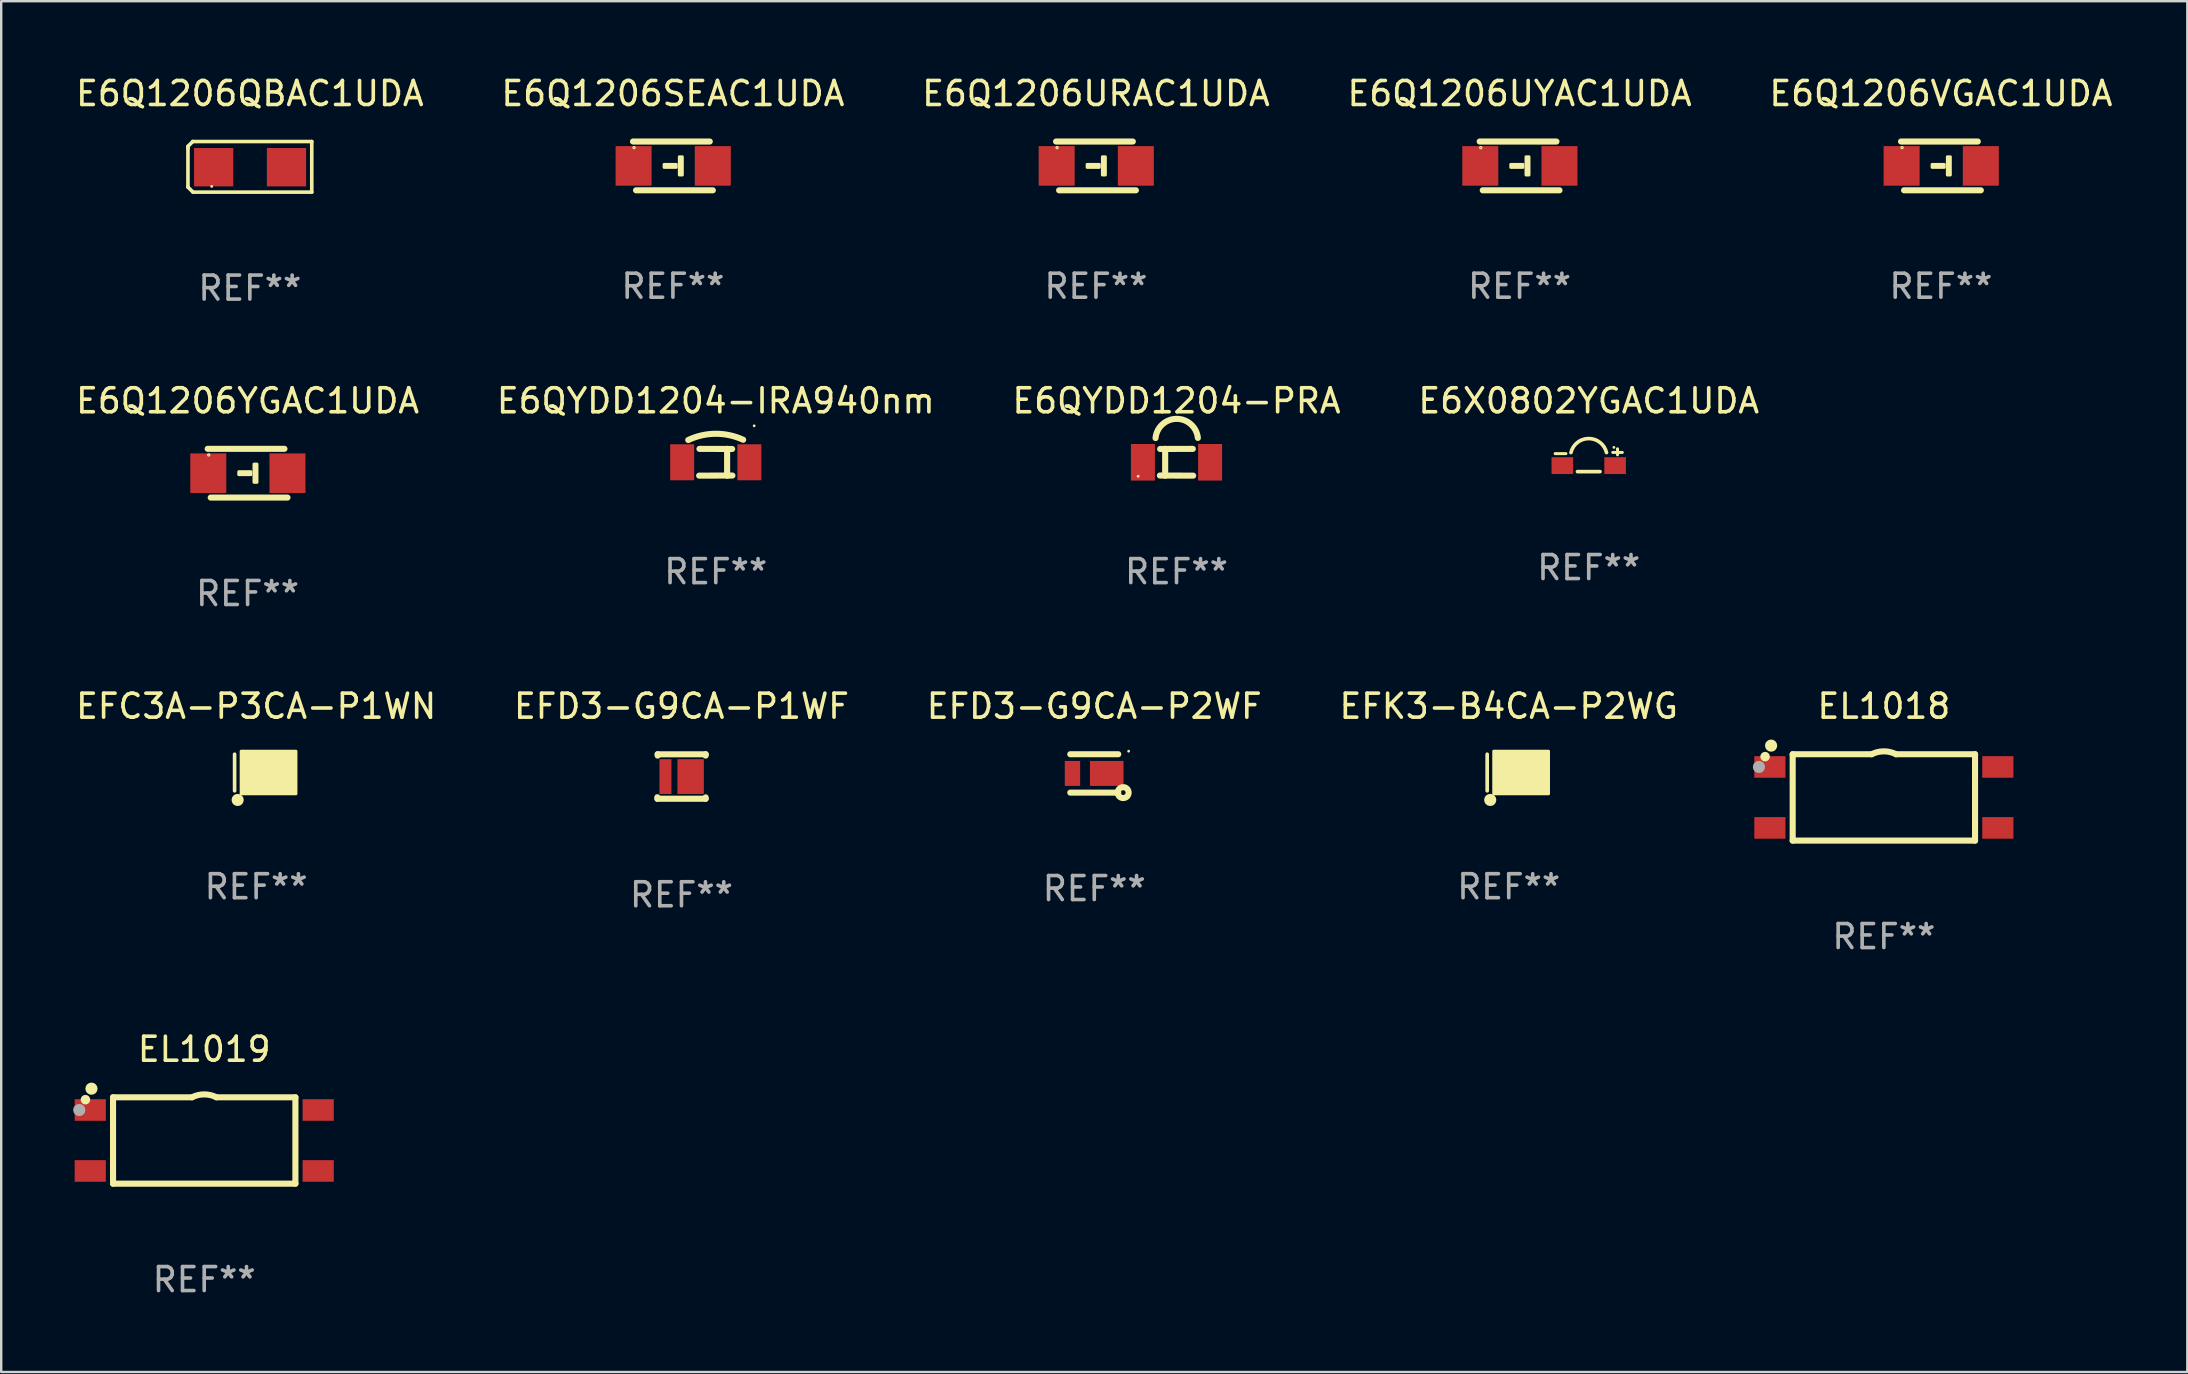
<source format=kicad_pcb>
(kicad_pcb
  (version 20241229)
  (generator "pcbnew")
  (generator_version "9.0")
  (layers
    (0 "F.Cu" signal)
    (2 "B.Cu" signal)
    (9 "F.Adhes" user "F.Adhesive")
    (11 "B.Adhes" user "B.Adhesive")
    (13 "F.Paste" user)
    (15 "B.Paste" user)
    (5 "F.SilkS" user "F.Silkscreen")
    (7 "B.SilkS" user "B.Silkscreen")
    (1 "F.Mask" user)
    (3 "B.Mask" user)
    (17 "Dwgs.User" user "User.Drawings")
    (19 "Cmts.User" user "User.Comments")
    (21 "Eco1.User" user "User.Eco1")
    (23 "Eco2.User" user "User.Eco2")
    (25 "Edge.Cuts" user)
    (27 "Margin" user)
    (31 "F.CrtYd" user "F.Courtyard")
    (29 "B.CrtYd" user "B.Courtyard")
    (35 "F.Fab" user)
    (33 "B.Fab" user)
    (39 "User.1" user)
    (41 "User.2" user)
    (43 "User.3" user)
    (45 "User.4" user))
  (footprint "E6Q1206QBAC1UDA"
    (layer "F.Cu")
    (at 7.363 3.903)
    (property "Reference" "E6Q1206QBAC1UDA" (at 0 -3.055 0) (layer "F.SilkS") (effects (font (size 1 1) (thickness 0.15))))
    (attr through_hole)
    (fp_line (start -2.58 -0.855) (end -2.38 -1.055) (stroke (width 0.15) (type solid)) (layer "F.SilkS"))
    (fp_line (start -2.58 -0.775) (end -2.58 -0.855) (stroke (width 0.15) (type solid)) (layer "F.SilkS"))
    (fp_line (start -2.58 -0.775) (end -2.58 0.845) (stroke (width 0.15) (type solid)) (layer "F.SilkS"))
    (fp_line (start -2.58 0.845) (end -2.37 1.055) (stroke (width 0.15) (type solid)) (layer "F.SilkS"))
    (fp_line (start -2.38 -1.055) (end 2.58 -1.055) (stroke (width 0.15) (type solid)) (layer "F.SilkS"))
    (fp_line (start 2.58 -1.055) (end 2.58 1.055) (stroke (width 0.15) (type solid)) (layer "F.SilkS"))
    (fp_line (start 2.58 1.055) (end -2.37 1.055) (stroke (width 0.15) (type solid)) (layer "F.SilkS"))
    (fp_circle (center -1.59 0.815) (end -1.56 0.815) (stroke (width 0.06) (type solid)) (fill no) (layer "F.SilkS"))
    (fp_text user "REF**" (at 0 5.055 0) (layer "F.Fab") (effects (font (size 1 1) (thickness 0.15))))
    (pad "1" smd rect (at -1.508 0.015) (size 1.635 1.6) (layers "F.Cu" "F.Mask" "F.Paste"))
    (pad "2" smd rect (at 1.527 0.015) (size 1.635 1.6) (layers "F.Cu" "F.Mask" "F.Paste")))
  (footprint "E6Q1206SEAC1UDA"
    (layer "F.Cu")
    (at 24.994 3.864)
    (property "Reference" "E6Q1206SEAC1UDA" (at 0 -3.016 0) (layer "F.SilkS") (effects (font (size 1 1) (thickness 0.15))))
    (attr through_hole)
    (fp_line (start 1.536 -1.016) (end -1.663 -1.016) (stroke (width 0.254) (type solid)) (layer "F.SilkS"))
    (fp_line (start 1.663 1.016) (end -1.536 1.016) (stroke (width 0.254) (type solid)) (layer "F.SilkS"))
    (fp_circle (center -1.62 -0.762) (end -1.6 -0.762) (stroke (width 0.05) (type solid)) (fill no) (layer "F.SilkS"))
    (fp_poly (pts (xy -0.369 -0.064) (xy 0.139 -0.064) (xy 0.139 0.063) (xy -0.369 0.063)) (stroke (width 0.12) (type solid)) (fill yes) (layer "F.SilkS"))
    (fp_poly (pts (xy 0.266 -0.381) (xy 0.393 -0.381) (xy 0.393 0.381) (xy 0.266 0.381)) (stroke (width 0.12) (type solid)) (fill yes) (layer "F.SilkS"))
    (fp_text user "REF**" (at 0 5.016 0) (layer "F.Fab") (effects (font (size 1 1) (thickness 0.15))))
    (pad "1" smd rect (at -1.638 -0.000051 180) (size 1.5 1.65) (layers "F.Cu" "F.Mask" "F.Paste"))
    (pad "2" smd rect (at 1.662 -0.000051 180) (size 1.5 1.65) (layers "F.Cu" "F.Mask" "F.Paste")))
  (footprint "E6QYDD1204-PRA"
    (layer "F.Cu")
    (at 45.982 16.215)
    (property "Reference" "E6QYDD1204-PRA" (at 0 -2.56 0) (layer "F.SilkS") (effects (font (size 1 1) (thickness 0.15))))
    (attr through_hole)
    (fp_line (start -0.694 0.553) (end 0.694 0.558) (stroke (width 0.254) (type solid)) (layer "F.SilkS"))
    (fp_line (start -0.473 0.56) (end -0.473 -0.56) (stroke (width 0.254) (type solid)) (layer "F.SilkS"))
    (fp_line (start 0.68 -0.558) (end -0.683 -0.554) (stroke (width 0.254) (type solid)) (layer "F.SilkS"))
    (fp_arc (start -0.87432 -1.008535) (mid 0.004366 -1.809159) (end 0.889002 -1.015113) (stroke (width 0.254001) (type solid)) (layer "F.SilkS"))
    (fp_circle (center -1.6 0.582) (end -1.57 0.582) (stroke (width 0.06) (type solid)) (fill no) (layer "F.SilkS"))
    (fp_text user "REF**" (at 0 4.56 0) (layer "F.Fab") (effects (font (size 1 1) (thickness 0.15))))
    (pad "1" smd rect (at -1.4 0.001) (size 1 1.524) (layers "F.Cu" "F.Mask" "F.Paste"))
    (pad "2" smd rect (at 1.4 0.001) (size 1 1.524) (layers "F.Cu" "F.Mask" "F.Paste")))
  (footprint "E6Q1206UYAC1UDA"
    (layer "F.Cu")
    (at 60.28 3.864)
    (property "Reference" "E6Q1206UYAC1UDA" (at 0 -3.016 0) (layer "F.SilkS") (effects (font (size 1 1) (thickness 0.15))))
    (attr through_hole)
    (fp_line (start 1.536 -1.016) (end -1.663 -1.016) (stroke (width 0.254) (type solid)) (layer "F.SilkS"))
    (fp_line (start 1.663 1.016) (end -1.536 1.016) (stroke (width 0.254) (type solid)) (layer "F.SilkS"))
    (fp_circle (center -1.62 -0.762) (end -1.6 -0.762) (stroke (width 0.05) (type solid)) (fill no) (layer "F.SilkS"))
    (fp_poly (pts (xy -0.369 -0.064) (xy 0.139 -0.064) (xy 0.139 0.063) (xy -0.369 0.063)) (stroke (width 0.12) (type solid)) (fill yes) (layer "F.SilkS"))
    (fp_poly (pts (xy 0.266 -0.381) (xy 0.393 -0.381) (xy 0.393 0.381) (xy 0.266 0.381)) (stroke (width 0.12) (type solid)) (fill yes) (layer "F.SilkS"))
    (fp_text user "REF**" (at 0 5.016 0) (layer "F.Fab") (effects (font (size 1 1) (thickness 0.15))))
    (pad "1" smd rect (at -1.638 -0.000051 180) (size 1.5 1.65) (layers "F.Cu" "F.Mask" "F.Paste"))
    (pad "2" smd rect (at 1.662 -0.000051 180) (size 1.5 1.65) (layers "F.Cu" "F.Mask" "F.Paste")))
  (footprint "EFD3-G9CA-P1WF"
    (layer "F.Cu")
    (at 25.351 29.313)
    (property "Reference" "EFD3-G9CA-P1WF" (at 0 -2.93 0) (layer "F.SilkS") (effects (font (size 1 1) (thickness 0.15))))
    (attr through_hole)
    (fp_line (start -1.007 0.863) (end -1.007 0.93) (stroke (width 0.254) (type solid)) (layer "F.SilkS"))
    (fp_line (start -0.993 -0.93) (end -0.993 -0.874) (stroke (width 0.254) (type solid)) (layer "F.SilkS"))
    (fp_line (start -0.993 -0.928) (end 1.007 -0.928) (stroke (width 0.254) (type solid)) (layer "F.SilkS"))
    (fp_line (start -0.993 0.925) (end 1.007 0.925) (stroke (width 0.254) (type solid)) (layer "F.SilkS"))
    (fp_line (start 1.007 -0.93) (end 1.007 -0.874) (stroke (width 0.254) (type solid)) (layer "F.SilkS"))
    (fp_line (start 1.007 0.869) (end 1.007 0.925) (stroke (width 0.254) (type solid)) (layer "F.SilkS"))
    (fp_circle (center -0.998 0.821) (end -0.968 0.821) (stroke (width 0.06) (type solid)) (fill no) (layer "F.SilkS"))
    (fp_text user "REF**" (at 0 4.93 0) (layer "F.Fab") (effects (font (size 1 1) (thickness 0.15))))
    (pad "1" smd rect (at -0.668 0.001) (size 0.5 1.45) (layers "F.Cu" "F.Mask" "F.Paste"))
    (pad "2" smd rect (at 0.382 0.001) (size 1.1 1.45) (layers "F.Cu" "F.Mask" "F.Paste")))
  (footprint "E6X0802YGAC1UDA"
    (layer "F.Cu")
    (at 63.161 16.13)
    (property "Reference" "E6X0802YGAC1UDA" (at 0 -2.475 0) (layer "F.SilkS") (effects (font (size 1 1) (thickness 0.15))))
    (attr through_hole)
    (fp_line (start -1.4 -0.275) (end -0.95 -0.275) (stroke (width 0.125) (type solid)) (layer "F.SilkS"))
    (fp_line (start -0.47 0.475) (end 0.47 0.475) (stroke (width 0.152) (type solid)) (layer "F.SilkS"))
    (fp_line (start 1 -0.325) (end 1.4 -0.325) (stroke (width 0.125) (type solid)) (layer "F.SilkS"))
    (fp_line (start 1.2 -0.475) (end 1.2 -0.225) (stroke (width 0.125) (type solid)) (layer "F.SilkS"))
    (fp_arc (start -0.74125 -0.318618) (mid 0.000025 -0.902982) (end 0.7413 -0.318618) (stroke (width 0.151994) (type solid)) (layer "F.SilkS"))
    (fp_circle (center 1.05 -0.535) (end 1.08 -0.535) (stroke (width 0.06) (type solid)) (fill no) (layer "F.SilkS"))
    (fp_text user "REF**" (at 0 4.475 0) (layer "F.Fab") (effects (font (size 1 1) (thickness 0.15))))
    (pad "1" smd rect (at 1.1 0.225) (size 0.9 0.7) (layers "F.Cu" "F.Mask" "F.Paste"))
    (pad "2" smd rect (at -1.1 0.225) (size 0.9 0.7) (layers "F.Cu" "F.Mask" "F.Paste")))
  (footprint "E6Q1206URAC1UDA"
    (layer "F.Cu")
    (at 42.625 3.864)
    (property "Reference" "E6Q1206URAC1UDA" (at 0 -3.016 0) (layer "F.SilkS") (effects (font (size 1 1) (thickness 0.15))))
    (attr through_hole)
    (fp_line (start 1.536 -1.016) (end -1.663 -1.016) (stroke (width 0.254) (type solid)) (layer "F.SilkS"))
    (fp_line (start 1.663 1.016) (end -1.536 1.016) (stroke (width 0.254) (type solid)) (layer "F.SilkS"))
    (fp_circle (center -1.62 -0.762) (end -1.6 -0.762) (stroke (width 0.05) (type solid)) (fill no) (layer "F.SilkS"))
    (fp_poly (pts (xy -0.369 -0.064) (xy 0.139 -0.064) (xy 0.139 0.063) (xy -0.369 0.063)) (stroke (width 0.12) (type solid)) (fill yes) (layer "F.SilkS"))
    (fp_poly (pts (xy 0.266 -0.381) (xy 0.393 -0.381) (xy 0.393 0.381) (xy 0.266 0.381)) (stroke (width 0.12) (type solid)) (fill yes) (layer "F.SilkS"))
    (fp_text user "REF**" (at 0 5.016 0) (layer "F.Fab") (effects (font (size 1 1) (thickness 0.15))))
    (pad "1" smd rect (at -1.638 -0.000051 180) (size 1.5 1.65) (layers "F.Cu" "F.Mask" "F.Paste"))
    (pad "2" smd rect (at 1.662 -0.000051 180) (size 1.5 1.65) (layers "F.Cu" "F.Mask" "F.Paste")))
  (footprint "EL1019"
    (layer "F.Cu")
    (at 5.461 44.48)
    (property "Reference" "EL1019" (at 0 -3.8 0) (layer "F.SilkS") (effects (font (size 1 1) (thickness 0.15))))
    (attr through_hole)
    (fp_line (start -3.8 -1.8) (end -3.8 1.8) (stroke (width 0.254) (type solid)) (layer "F.SilkS"))
    (fp_line (start -3.8 -1.8) (end -0.508 -1.8) (stroke (width 0.254) (type solid)) (layer "F.SilkS"))
    (fp_line (start 3.8 -1.8) (end 0.508 -1.8) (stroke (width 0.254) (type solid)) (layer "F.SilkS"))
    (fp_line (start 3.8 -1.8) (end 3.8 1.8) (stroke (width 0.254) (type solid)) (layer "F.SilkS"))
    (fp_line (start 3.8 1.8) (end -3.8 1.8) (stroke (width 0.254) (type solid)) (layer "F.SilkS"))
    (fp_arc (start -0.507976 -1.8) (mid -0.00023 -1.920456) (end 0.507721 -1.800864) (stroke (width 0.254001) (type solid)) (layer "F.SilkS"))
    (fp_circle (center -4.95 -1.7) (end -4.85 -1.7) (stroke (width 0.2) (type solid)) (fill no) (layer "F.SilkS"))
    (fp_circle (center -4.699 -2.159) (end -4.572 -2.159) (stroke (width 0.254) (type solid)) (fill no) (layer "F.SilkS"))
    (fp_circle (center -5.207 -1.27) (end -5.08 -1.27) (stroke (width 0.254) (type solid)) (fill no) (layer "F.Fab"))
    (fp_text user "REF**" (at 0 5.8 0) (layer "F.Fab") (effects (font (size 1 1) (thickness 0.15))))
    (pad "1" smd rect (at -4.75 -1.27 270) (size 0.9 1.3) (layers "F.Cu" "F.Mask" "F.Paste"))
    (pad "2" smd rect (at -4.75 1.27 270) (size 0.9 1.3) (layers "F.Cu" "F.Mask" "F.Paste"))
    (pad "3" smd rect (at 4.75 1.27 270) (size 0.9 1.3) (layers "F.Cu" "F.Mask" "F.Paste"))
    (pad "4" smd rect (at 4.75 -1.27 270) (size 0.9 1.3) (layers "F.Cu" "F.Mask" "F.Paste")))
  (footprint "EFK3-B4CA-P2WG"
    (layer "F.Cu")
    (at 59.827 29.145)
    (property "Reference" "EFK3-B4CA-P2WG" (at 0 -2.762 0) (layer "F.SilkS") (effects (font (size 1 1) (thickness 0.15))))
    (attr through_hole)
    (fp_line (start -0.898 -0.762) (end -0.898 0.762) (stroke (width 0.152) (type solid)) (layer "F.SilkS"))
    (fp_circle (center -0.771 1.143) (end -0.644 1.143) (stroke (width 0.254) (type solid)) (fill no) (layer "F.SilkS"))
    (fp_circle (center -0.503 0.82) (end -0.473 0.82) (stroke (width 0.06) (type solid)) (fill no) (layer "F.SilkS"))
    (fp_poly (pts (xy -0.626 -0.889) (xy 1.66 -0.889) (xy 1.66 0.889) (xy -0.626 0.889)) (stroke (width 0.12) (type solid)) (fill yes) (layer "F.SilkS"))
    (fp_text user "REF**" (at 0 4.762 0) (layer "F.Fab") (effects (font (size 1 1) (thickness 0.15))))
    (pad "1" smd rect (at -0.153 0) (size 0.525 1.5) (layers "F.Cu" "F.Mask" "F.Paste"))
    (pad "2" smd rect (at 0.898 0) (size 1.15 1.5) (layers "F.Cu" "F.Mask" "F.Paste")))
  (footprint "E6QYDD1204-IRA940nm"
    (layer "F.Cu")
    (at 26.78 16.215)
    (property "Reference" "E6QYDD1204-IRA940nm" (at 0 -2.56 0) (layer "F.SilkS") (effects (font (size 1 1) (thickness 0.15))))
    (attr through_hole)
    (fp_line (start -0.68 -0.558) (end 0.683 -0.554) (stroke (width 0.254) (type solid)) (layer "F.SilkS"))
    (fp_line (start 0.473 0.56) (end 0.473 -0.56) (stroke (width 0.254) (type solid)) (layer "F.SilkS"))
    (fp_line (start 0.694 0.553) (end -0.694 0.558) (stroke (width 0.254) (type solid)) (layer "F.SilkS"))
    (fp_arc (start -1.147396 -0.927305) (mid -0.003975 -1.187152) (end 1.141708 -0.937465) (stroke (width 0.254001) (type solid)) (layer "F.SilkS"))
    (fp_circle (center 1.6 -1.519) (end 1.63 -1.519) (stroke (width 0.06) (type solid)) (fill no) (layer "F.SilkS"))
    (fp_text user "REF**" (at 0 4.56 0) (layer "F.Fab") (effects (font (size 1 1) (thickness 0.15))))
    (pad "1" smd rect (at 1.4 0.001) (size 1 1.5) (layers "F.Cu" "F.Mask" "F.Paste"))
    (pad "2" smd rect (at -1.4 0.001) (size 1 1.5) (layers "F.Cu" "F.Mask" "F.Paste")))
  (footprint "E6Q1206YGAC1UDA"
    (layer "F.Cu")
    (at 7.268 16.671)
    (property "Reference" "E6Q1206YGAC1UDA" (at 0 -3.016 0) (layer "F.SilkS") (effects (font (size 1 1) (thickness 0.15))))
    (attr through_hole)
    (fp_line (start 1.536 -1.016) (end -1.663 -1.016) (stroke (width 0.254) (type solid)) (layer "F.SilkS"))
    (fp_line (start 1.663 1.016) (end -1.536 1.016) (stroke (width 0.254) (type solid)) (layer "F.SilkS"))
    (fp_circle (center -1.62 -0.762) (end -1.6 -0.762) (stroke (width 0.05) (type solid)) (fill no) (layer "F.SilkS"))
    (fp_poly (pts (xy -0.369 -0.064) (xy 0.139 -0.064) (xy 0.139 0.063) (xy -0.369 0.063)) (stroke (width 0.12) (type solid)) (fill yes) (layer "F.SilkS"))
    (fp_poly (pts (xy 0.266 -0.381) (xy 0.393 -0.381) (xy 0.393 0.381) (xy 0.266 0.381)) (stroke (width 0.12) (type solid)) (fill yes) (layer "F.SilkS"))
    (fp_text user "REF**" (at 0 5.016 0) (layer "F.Fab") (effects (font (size 1 1) (thickness 0.15))))
    (pad "1" smd rect (at -1.638 -0.000051 180) (size 1.5 1.65) (layers "F.Cu" "F.Mask" "F.Paste"))
    (pad "2" smd rect (at 1.662 -0.000051 180) (size 1.5 1.65) (layers "F.Cu" "F.Mask" "F.Paste")))
  (footprint "EL1018"
    (layer "F.Cu")
    (at 75.461 30.183)
    (property "Reference" "EL1018" (at 0 -3.8 0) (layer "F.SilkS") (effects (font (size 1 1) (thickness 0.15))))
    (attr through_hole)
    (fp_line (start -3.8 -1.8) (end -3.8 1.8) (stroke (width 0.254) (type solid)) (layer "F.SilkS"))
    (fp_line (start -3.8 -1.8) (end -0.508 -1.8) (stroke (width 0.254) (type solid)) (layer "F.SilkS"))
    (fp_line (start 3.8 -1.8) (end 0.508 -1.8) (stroke (width 0.254) (type solid)) (layer "F.SilkS"))
    (fp_line (start 3.8 -1.8) (end 3.8 1.8) (stroke (width 0.254) (type solid)) (layer "F.SilkS"))
    (fp_line (start 3.8 1.8) (end -3.8 1.8) (stroke (width 0.254) (type solid)) (layer "F.SilkS"))
    (fp_arc (start -0.507976 -1.8) (mid -0.00023 -1.920456) (end 0.507721 -1.800864) (stroke (width 0.254001) (type solid)) (layer "F.SilkS"))
    (fp_circle (center -4.95 -1.7) (end -4.85 -1.7) (stroke (width 0.2) (type solid)) (fill no) (layer "F.SilkS"))
    (fp_circle (center -4.699 -2.159) (end -4.572 -2.159) (stroke (width 0.254) (type solid)) (fill no) (layer "F.SilkS"))
    (fp_circle (center -5.207 -1.27) (end -5.08 -1.27) (stroke (width 0.254) (type solid)) (fill no) (layer "F.Fab"))
    (fp_text user "REF**" (at 0 5.8 0) (layer "F.Fab") (effects (font (size 1 1) (thickness 0.15))))
    (pad "1" smd rect (at -4.75 -1.27 270) (size 0.9 1.3) (layers "F.Cu" "F.Mask" "F.Paste"))
    (pad "2" smd rect (at -4.75 1.27 270) (size 0.9 1.3) (layers "F.Cu" "F.Mask" "F.Paste"))
    (pad "3" smd rect (at 4.75 1.27 270) (size 0.9 1.3) (layers "F.Cu" "F.Mask" "F.Paste"))
    (pad "4" smd rect (at 4.75 -1.27 270) (size 0.9 1.3) (layers "F.Cu" "F.Mask" "F.Paste")))
  (footprint "E6Q1206VGAC1UDA"
    (layer "F.Cu")
    (at 77.839 3.864)
    (property "Reference" "E6Q1206VGAC1UDA" (at 0 -3.016 0) (layer "F.SilkS") (effects (font (size 1 1) (thickness 0.15))))
    (attr through_hole)
    (fp_line (start 1.536 -1.016) (end -1.663 -1.016) (stroke (width 0.254) (type solid)) (layer "F.SilkS"))
    (fp_line (start 1.663 1.016) (end -1.536 1.016) (stroke (width 0.254) (type solid)) (layer "F.SilkS"))
    (fp_circle (center -1.62 -0.762) (end -1.6 -0.762) (stroke (width 0.05) (type solid)) (fill no) (layer "F.SilkS"))
    (fp_poly (pts (xy -0.369 -0.064) (xy 0.139 -0.064) (xy 0.139 0.063) (xy -0.369 0.063)) (stroke (width 0.12) (type solid)) (fill yes) (layer "F.SilkS"))
    (fp_poly (pts (xy 0.266 -0.381) (xy 0.393 -0.381) (xy 0.393 0.381) (xy 0.266 0.381)) (stroke (width 0.12) (type solid)) (fill yes) (layer "F.SilkS"))
    (fp_text user "REF**" (at 0 5.016 0) (layer "F.Fab") (effects (font (size 1 1) (thickness 0.15))))
    (pad "1" smd rect (at -1.638 -0.000051 180) (size 1.5 1.65) (layers "F.Cu" "F.Mask" "F.Paste"))
    (pad "2" smd rect (at 1.662 -0.000051 180) (size 1.5 1.65) (layers "F.Cu" "F.Mask" "F.Paste")))
  (footprint "EFD3-G9CA-P2WF"
    (layer "F.Cu")
    (at 42.554 29.183)
    (property "Reference" "EFD3-G9CA-P2WF" (at 0 -2.8 0) (layer "F.SilkS") (effects (font (size 1 1) (thickness 0.15))))
    (attr through_hole)
    (fp_line (start -1 -0.8) (end 1 -0.8) (stroke (width 0.254) (type solid)) (layer "F.SilkS"))
    (fp_line (start 1 0.8) (end -1 0.8) (stroke (width 0.254) (type solid)) (layer "F.SilkS"))
    (fp_circle (center 1.206 0.8) (end 1.306 0.8) (stroke (width 0.254) (type solid)) (fill no) (layer "F.SilkS"))
    (fp_circle (center 1.433 -0.927) (end 1.463 -0.927) (stroke (width 0.06) (type solid)) (fill no) (layer "F.SilkS"))
    (fp_text user "REF**" (at 0 4.8 0) (layer "F.Fab") (effects (font (size 1 1) (thickness 0.15))))
    (pad "1" smd rect (at 0.52 -0.000025) (size 1.4 1.04) (layers "F.Cu" "F.Mask" "F.Paste"))
    (pad "2" smd rect (at -0.908 -0.000025) (size 0.64 1.04) (layers "F.Cu" "F.Mask" "F.Paste")))
  (footprint "EFC3A-P3CA-P1WN"
    (layer "F.Cu")
    (at 7.625 29.145)
    (property "Reference" "EFC3A-P3CA-P1WN" (at 0 -2.762 0) (layer "F.SilkS") (effects (font (size 1 1) (thickness 0.15))))
    (attr through_hole)
    (fp_line (start -0.898 -0.762) (end -0.898 0.762) (stroke (width 0.152) (type solid)) (layer "F.SilkS"))
    (fp_circle (center -0.771 1.143) (end -0.644 1.143) (stroke (width 0.254) (type solid)) (fill no) (layer "F.SilkS"))
    (fp_circle (center -0.503 0.82) (end -0.473 0.82) (stroke (width 0.06) (type solid)) (fill no) (layer "F.SilkS"))
    (fp_poly (pts (xy -0.626 -0.889) (xy 1.66 -0.889) (xy 1.66 0.889) (xy -0.626 0.889)) (stroke (width 0.12) (type solid)) (fill yes) (layer "F.SilkS"))
    (fp_text user "REF**" (at 0 4.762 0) (layer "F.Fab") (effects (font (size 1 1) (thickness 0.15))))
    (pad "1" smd rect (at -0.153 0) (size 0.525 1.5) (layers "F.Cu" "F.Mask" "F.Paste"))
    (pad "2" smd rect (at 0.898 0) (size 1.15 1.5) (layers "F.Cu" "F.Mask" "F.Paste")))
  (gr_rect
    (start -3 -3)
    (end 88.107 54.128)
    (stroke (width 0.1) (type default))
    (fill no)
    (layer "Edge.Cuts")))
</source>
